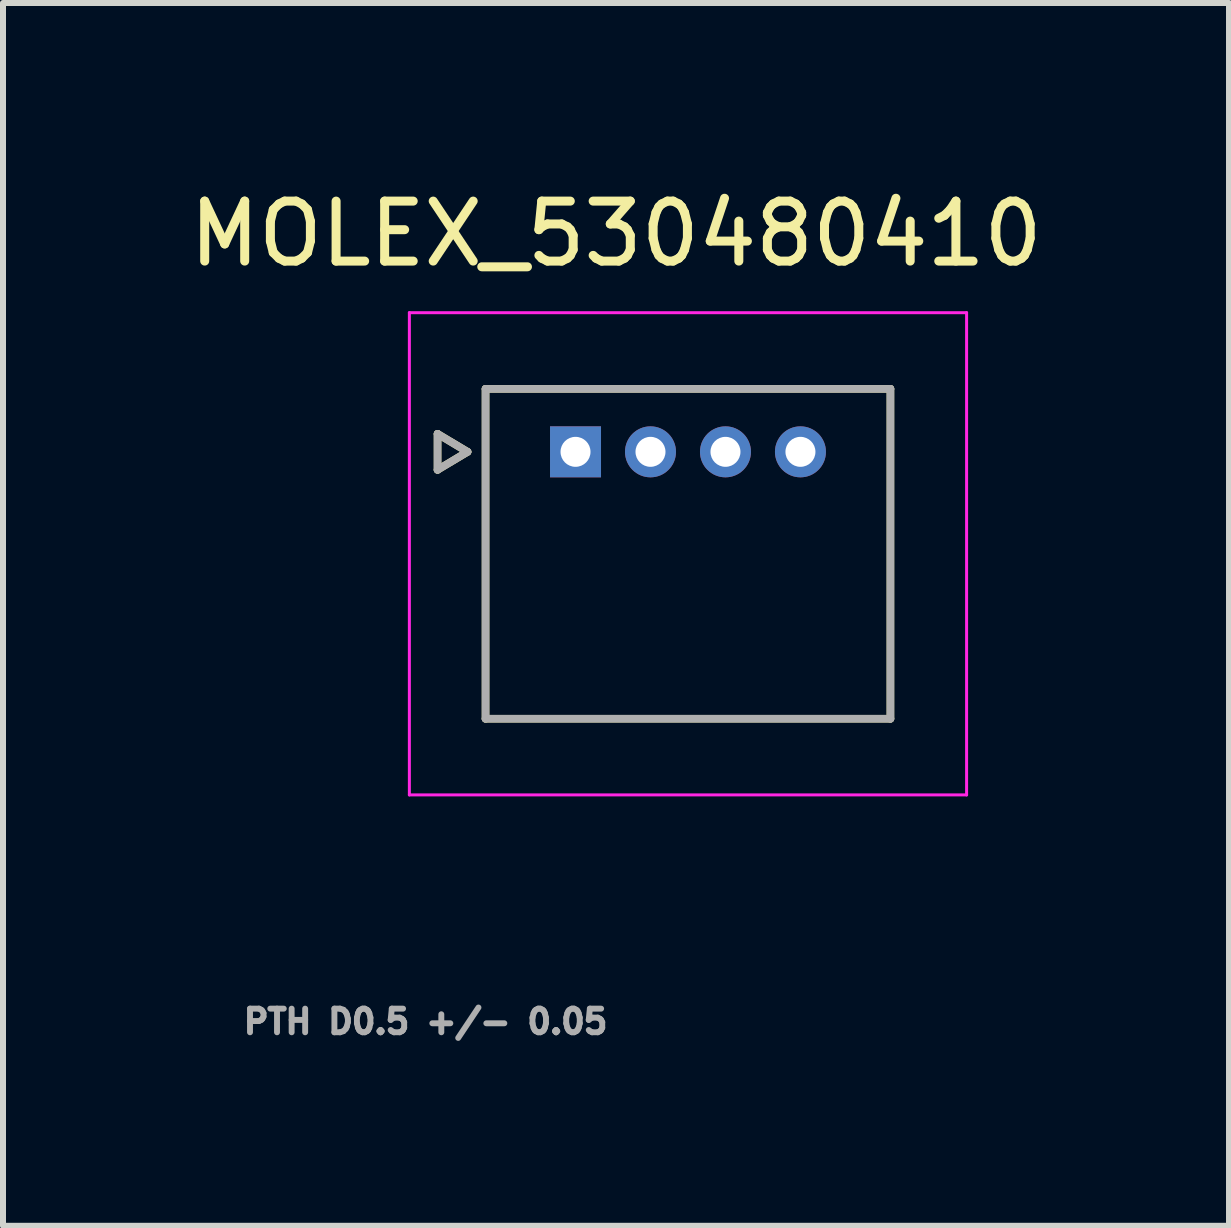
<source format=kicad_pcb>
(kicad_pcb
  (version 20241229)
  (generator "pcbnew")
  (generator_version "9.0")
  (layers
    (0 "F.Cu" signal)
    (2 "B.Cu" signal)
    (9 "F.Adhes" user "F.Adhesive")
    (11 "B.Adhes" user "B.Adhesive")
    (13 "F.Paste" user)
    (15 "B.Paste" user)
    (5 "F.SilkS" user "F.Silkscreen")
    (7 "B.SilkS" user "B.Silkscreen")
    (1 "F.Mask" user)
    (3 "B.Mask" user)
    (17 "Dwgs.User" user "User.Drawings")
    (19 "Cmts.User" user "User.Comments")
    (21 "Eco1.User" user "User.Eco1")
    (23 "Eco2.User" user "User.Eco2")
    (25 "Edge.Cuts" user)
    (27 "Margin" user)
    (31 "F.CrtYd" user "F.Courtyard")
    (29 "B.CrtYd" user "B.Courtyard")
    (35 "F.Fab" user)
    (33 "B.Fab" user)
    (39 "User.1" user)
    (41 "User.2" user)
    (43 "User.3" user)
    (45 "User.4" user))
  (footprint "MOLEX_530480410"
    (layer "F.Cu")
    (at 6.545 4.483)
    (property "Reference" "MOLEX_530480410" (at 0.675 -3.635 0) (layer "F.SilkS") (effects (font (size 1 1) (thickness 0.15))))
    (attr through_hole)
    (fp_circle (center 1.25 0) (end 1.501 0) (stroke (width 0.501) (type solid)) (fill no) (layer "F.Mask"))
    (fp_circle (center 2.5 0) (end 2.751 0) (stroke (width 0.501) (type solid)) (fill no) (layer "F.Mask"))
    (fp_circle (center 3.75 0) (end 4.001 0) (stroke (width 0.501) (type solid)) (fill no) (layer "F.Mask"))
    (fp_poly (pts (xy 0.501 0.501) (xy -0.501 0.501) (xy -0.501 -0.501) (xy 0.501 -0.501)) (stroke (width 0.01) (type solid)) (fill yes) (layer "F.Mask"))
    (fp_circle (center 1.25 0) (end 1.501 0) (stroke (width 0.501) (type solid)) (fill no) (layer "B.Mask"))
    (fp_circle (center 2.5 0) (end 2.751 0) (stroke (width 0.501) (type solid)) (fill no) (layer "B.Mask"))
    (fp_circle (center 3.75 0) (end 4.001 0) (stroke (width 0.501) (type solid)) (fill no) (layer "B.Mask"))
    (fp_poly (pts (xy 0.501 0.501) (xy -0.501 0.501) (xy -0.501 -0.501) (xy 0.501 -0.501)) (stroke (width 0.01) (type solid)) (fill yes) (layer "B.Mask"))
    (fp_line (start -2.3 -0.3) (end -1.8 0) (stroke (width 0.127) (type solid)) (layer "F.SilkS"))
    (fp_line (start -2.3 0.3) (end -2.3 -0.3) (stroke (width 0.127) (type solid)) (layer "F.SilkS"))
    (fp_line (start -1.8 0) (end -2.3 0.3) (stroke (width 0.127) (type solid)) (layer "F.SilkS"))
    (fp_line (start -1.5 -1.05) (end 5.25 -1.05) (stroke (width 0.127) (type solid)) (layer "F.SilkS"))
    (fp_line (start -1.5 4.45) (end -1.5 -1.05) (stroke (width 0.127) (type solid)) (layer "F.SilkS"))
    (fp_line (start 5.25 -1.05) (end 5.25 4.45) (stroke (width 0.127) (type solid)) (layer "F.SilkS"))
    (fp_line (start 5.25 4.45) (end -1.5 4.45) (stroke (width 0.127) (type solid)) (layer "F.SilkS"))
    (fp_line (start -2.77 -2.32) (end 6.52 -2.32) (stroke (width 0.05) (type solid)) (layer "F.CrtYd"))
    (fp_line (start -2.77 5.72) (end -2.77 -2.32) (stroke (width 0.05) (type solid)) (layer "F.CrtYd"))
    (fp_line (start 6.52 -2.32) (end 6.52 5.72) (stroke (width 0.05) (type solid)) (layer "F.CrtYd"))
    (fp_line (start 6.52 5.72) (end -2.77 5.72) (stroke (width 0.05) (type solid)) (layer "F.CrtYd"))
    (fp_line (start -2.3 -0.3) (end -1.8 0) (stroke (width 0.127) (type solid)) (layer "F.Fab"))
    (fp_line (start -2.3 0.3) (end -2.3 -0.3) (stroke (width 0.127) (type solid)) (layer "F.Fab"))
    (fp_line (start -1.8 0) (end -2.3 0.3) (stroke (width 0.127) (type solid)) (layer "F.Fab"))
    (fp_line (start -1.5 -1.05) (end 5.25 -1.05) (stroke (width 0.127) (type solid)) (layer "F.Fab"))
    (fp_line (start -1.5 4.45) (end -1.5 -1.05) (stroke (width 0.127) (type solid)) (layer "F.Fab"))
    (fp_line (start 5.25 -1.05) (end 5.25 4.45) (stroke (width 0.127) (type solid)) (layer "F.Fab"))
    (fp_line (start 5.25 4.45) (end -1.5 4.45) (stroke (width 0.127) (type solid)) (layer "F.Fab"))
    (fp_text user "PTH D0.5 +/- 0.05" (at -2.5 9.5 0) (layer "F.Fab") (effects (font (size 0.394 0.394) (thickness 0.15))))
    (pad "1" thru_hole rect (at 0 0) (size 0.85 0.85) (drill 0.5) (layers "*.Cu"))
    (pad "2" thru_hole circle (at 1.25 0) (size 0.85 0.85) (drill 0.5) (layers "*.Cu"))
    (pad "3" thru_hole circle (at 2.5 0) (size 0.85 0.85) (drill 0.5) (layers "*.Cu"))
    (pad "4" thru_hole circle (at 3.75 0) (size 0.85 0.85) (drill 0.5) (layers "*.Cu")))
  (gr_rect
    (start -3 -3)
    (end 17.44 17.386)
    (stroke (width 0.1) (type default))
    (fill no)
    (layer "Edge.Cuts")))
</source>
